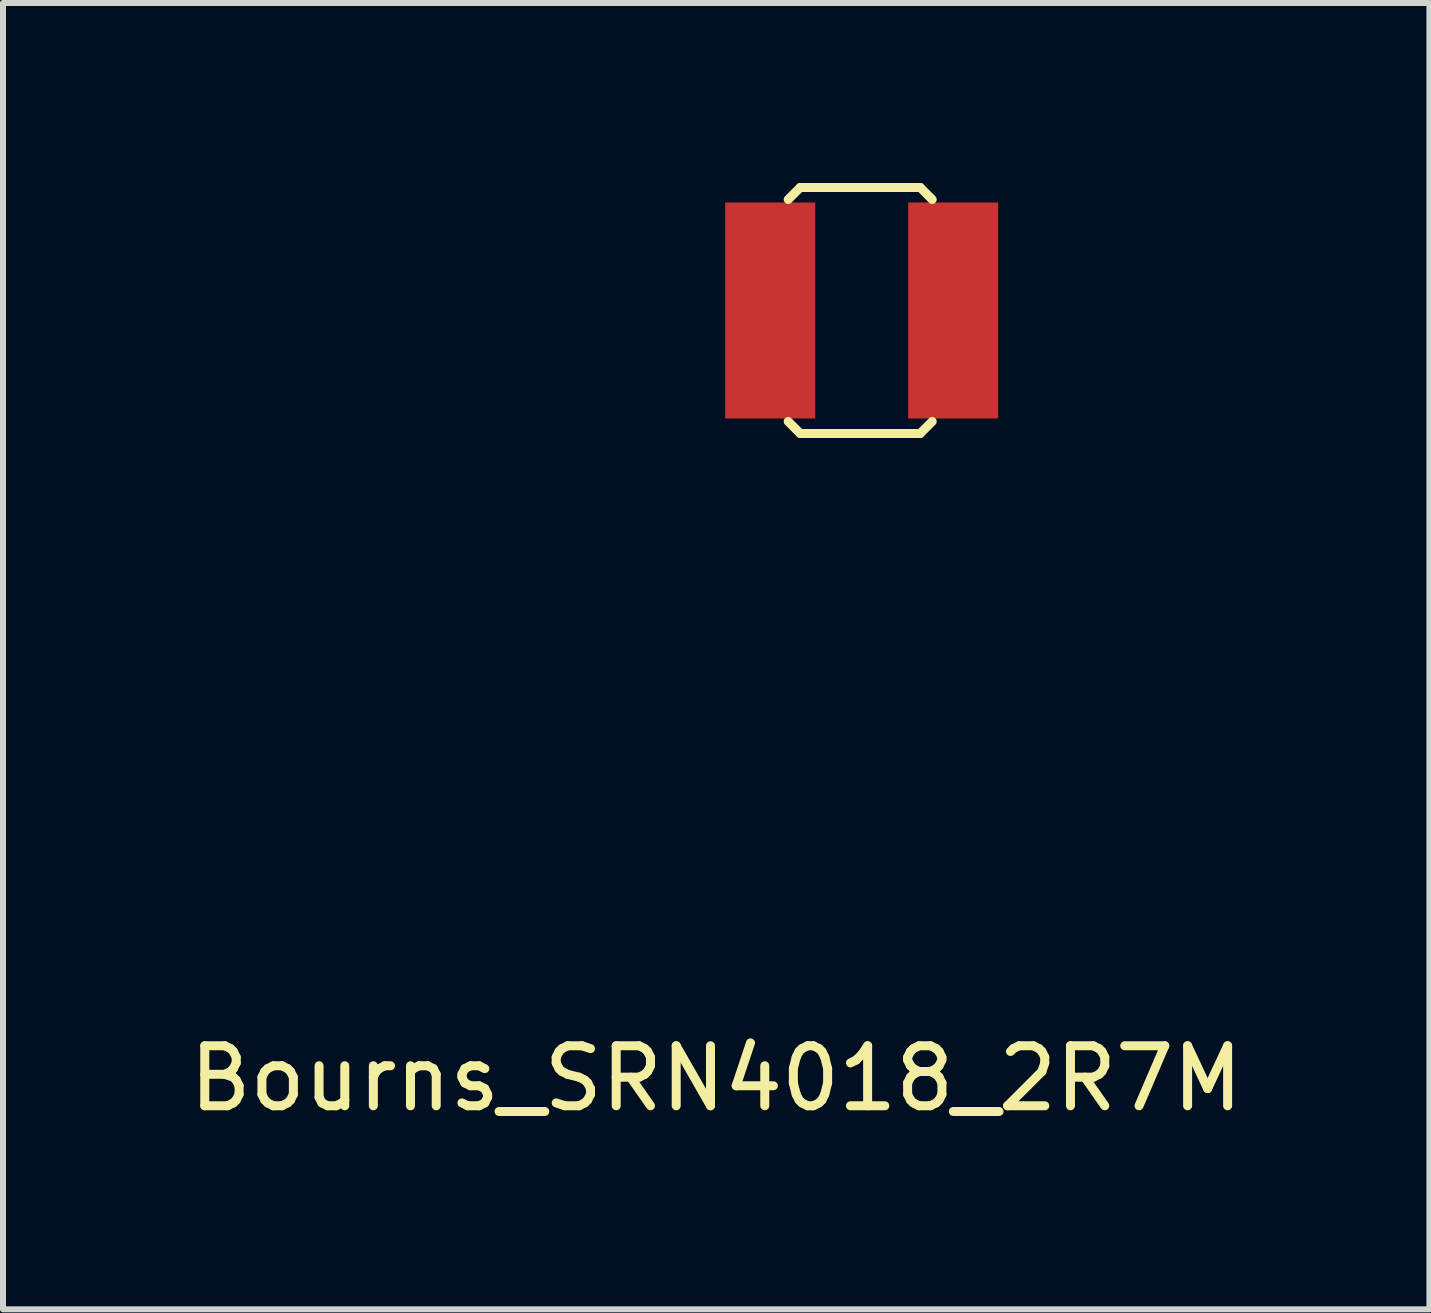
<source format=kicad_pcb>
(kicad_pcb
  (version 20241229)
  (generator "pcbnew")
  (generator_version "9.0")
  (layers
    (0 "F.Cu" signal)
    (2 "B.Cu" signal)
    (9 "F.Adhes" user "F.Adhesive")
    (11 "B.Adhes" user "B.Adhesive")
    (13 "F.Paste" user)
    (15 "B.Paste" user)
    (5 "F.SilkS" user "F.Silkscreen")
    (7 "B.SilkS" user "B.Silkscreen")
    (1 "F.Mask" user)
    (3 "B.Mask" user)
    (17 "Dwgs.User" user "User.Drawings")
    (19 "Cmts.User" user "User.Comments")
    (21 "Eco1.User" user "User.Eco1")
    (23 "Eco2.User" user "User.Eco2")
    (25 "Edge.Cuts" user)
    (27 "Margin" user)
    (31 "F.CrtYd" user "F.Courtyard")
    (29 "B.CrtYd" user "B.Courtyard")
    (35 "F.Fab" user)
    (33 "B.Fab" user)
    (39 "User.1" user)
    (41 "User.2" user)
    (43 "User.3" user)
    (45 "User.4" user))
  (footprint "Bourns_SRN4018_2R7M"
    (layer "F.Cu")
    (at 11.287 2.175)
    (property "Reference" "Bourns_SRN4018_2R7M" (at -2.4 12.75 0) (layer "F.SilkS") (effects (font (size 1 1) (thickness 0.15))))
    (attr through_hole)
    (fp_line (start -1.2 -1.9) (end -1 -2.1) (stroke (width 0.15) (type solid)) (layer "F.SilkS"))
    (fp_line (start -1.2 1.8) (end -1 2) (stroke (width 0.15) (type solid)) (layer "F.SilkS"))
    (fp_line (start -1 -2.1) (end 1 -2.1) (stroke (width 0.15) (type solid)) (layer "F.SilkS"))
    (fp_line (start -1 2) (end 1 2) (stroke (width 0.15) (type solid)) (layer "F.SilkS"))
    (fp_line (start 1 -2.1) (end 1.2 -1.9) (stroke (width 0.15) (type solid)) (layer "F.SilkS"))
    (fp_line (start 1 2) (end 1.2 1.8) (stroke (width 0.15) (type solid)) (layer "F.SilkS"))
    (pad "1" smd rect (at -1.5 -0.05) (size 1.5 3.6) (layers "F.Cu" "F.Mask" "F.Paste"))
    (pad "2" smd rect (at 1.55 -0.05) (size 1.5 3.6) (layers "F.Cu" "F.Mask" "F.Paste")))
  (gr_rect
    (start -3 -3)
    (end 20.774 18.773)
    (stroke (width 0.1) (type default))
    (fill no)
    (layer "Edge.Cuts")))
</source>
